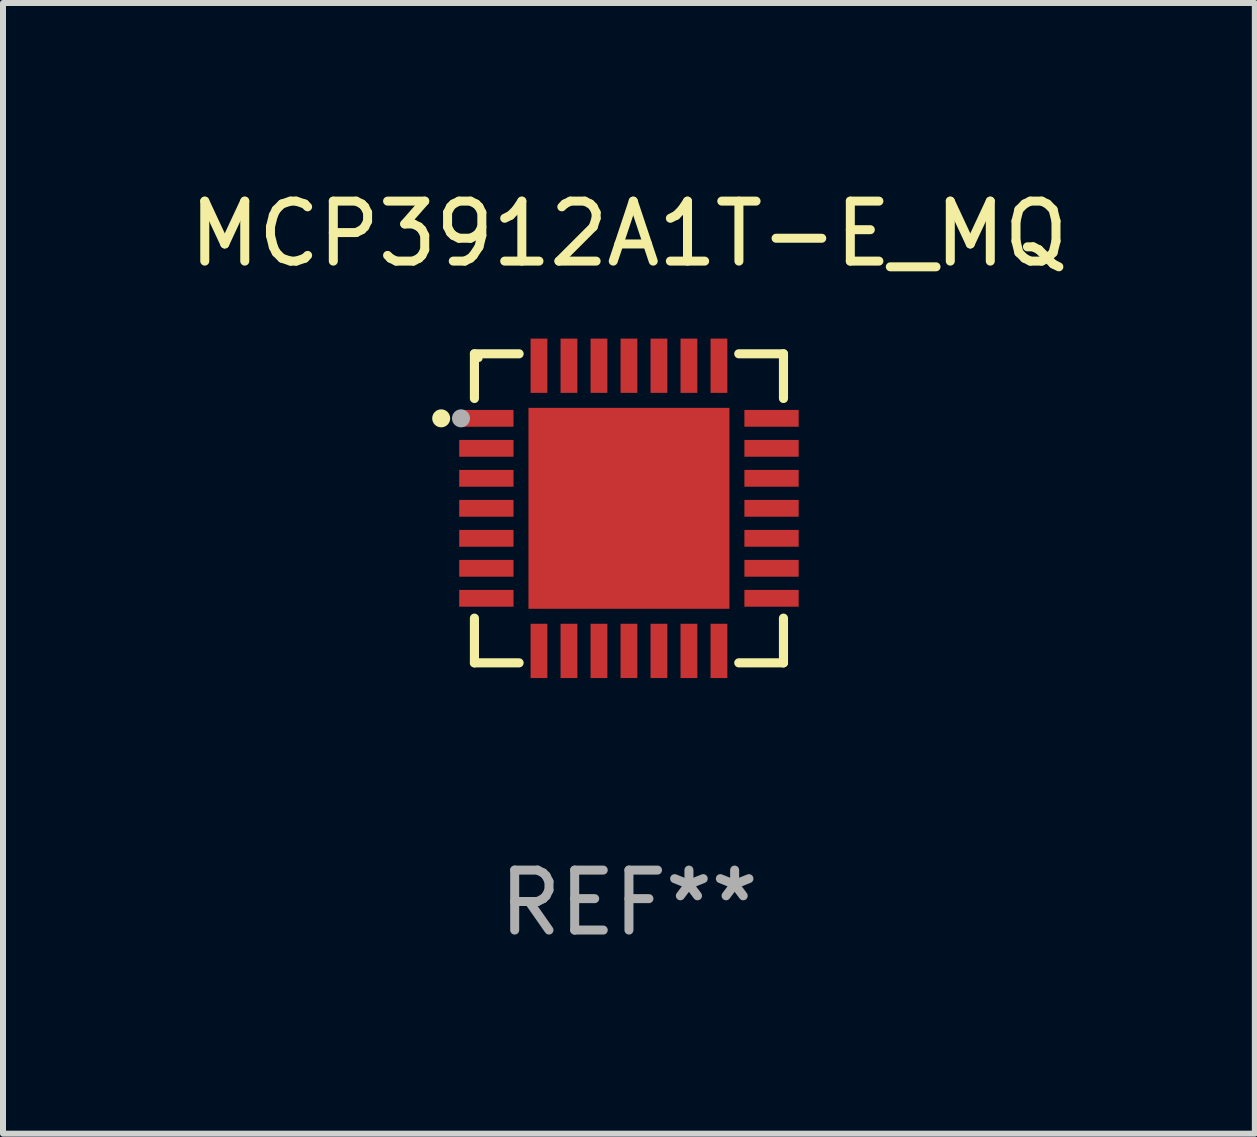
<source format=kicad_pcb>
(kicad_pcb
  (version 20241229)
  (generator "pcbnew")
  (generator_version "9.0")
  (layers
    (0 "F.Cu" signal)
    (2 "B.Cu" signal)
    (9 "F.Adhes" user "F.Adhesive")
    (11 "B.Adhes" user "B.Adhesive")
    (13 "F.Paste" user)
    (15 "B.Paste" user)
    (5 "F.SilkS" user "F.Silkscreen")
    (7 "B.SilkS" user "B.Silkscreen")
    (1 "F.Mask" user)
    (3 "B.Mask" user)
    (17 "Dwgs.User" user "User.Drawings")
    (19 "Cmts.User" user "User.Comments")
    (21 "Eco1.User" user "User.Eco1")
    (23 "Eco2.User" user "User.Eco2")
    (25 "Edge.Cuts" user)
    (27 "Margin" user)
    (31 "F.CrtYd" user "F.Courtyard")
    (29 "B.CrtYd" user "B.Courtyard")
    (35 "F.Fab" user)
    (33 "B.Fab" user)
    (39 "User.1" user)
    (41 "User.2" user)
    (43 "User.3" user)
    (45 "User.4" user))
  (footprint "MCP3912A1T-E_MQ"
    (layer "F.Cu")
    (at 7.435 5.424)
    (property "Reference" "MCP3912A1T-E_MQ" (at 0 -4.576 0) (layer "F.SilkS") (effects (font (size 1 1) (thickness 0.15))))
    (attr through_hole)
    (fp_line (start -2.576 -2.576) (end -2.576 -1.831) (stroke (width 0.152) (type solid)) (layer "F.SilkS"))
    (fp_line (start -2.576 2.576) (end -2.576 1.831) (stroke (width 0.152) (type solid)) (layer "F.SilkS"))
    (fp_line (start -1.831 -2.576) (end -2.576 -2.576) (stroke (width 0.152) (type solid)) (layer "F.SilkS"))
    (fp_line (start -1.831 2.576) (end -2.576 2.576) (stroke (width 0.152) (type solid)) (layer "F.SilkS"))
    (fp_line (start 1.831 -2.576) (end 2.576 -2.576) (stroke (width 0.152) (type solid)) (layer "F.SilkS"))
    (fp_line (start 1.831 2.576) (end 2.576 2.576) (stroke (width 0.152) (type solid)) (layer "F.SilkS"))
    (fp_line (start 2.576 -2.576) (end 2.576 -1.831) (stroke (width 0.152) (type solid)) (layer "F.SilkS"))
    (fp_line (start 2.576 2.576) (end 2.576 1.831) (stroke (width 0.152) (type solid)) (layer "F.SilkS"))
    (fp_circle (center -3.13 -1.5) (end -3.055 -1.5) (stroke (width 0.15) (type solid)) (fill no) (layer "F.SilkS"))
    (fp_circle (center -2.5 -2.5) (end -2.47 -2.5) (stroke (width 0.06) (type solid)) (fill no) (layer "F.SilkS"))
    (fp_circle (center -2.8 -1.5) (end -2.725 -1.5) (stroke (width 0.15) (type solid)) (fill no) (layer "F.Fab"))
    (fp_text user "REF**" (at 0 6.576 0) (layer "F.Fab") (effects (font (size 1 1) (thickness 0.15))))
    (pad "1" smd rect (at -2.377 -1.5) (size 0.905 0.28) (layers "F.Cu" "F.Mask" "F.Paste"))
    (pad "2" smd rect (at -2.377 -1) (size 0.905 0.28) (layers "F.Cu" "F.Mask" "F.Paste"))
    (pad "3" smd rect (at -2.377 -0.5) (size 0.905 0.28) (layers "F.Cu" "F.Mask" "F.Paste"))
    (pad "4" smd rect (at -2.377 0) (size 0.905 0.28) (layers "F.Cu" "F.Mask" "F.Paste"))
    (pad "5" smd rect (at -2.377 0.5) (size 0.905 0.28) (layers "F.Cu" "F.Mask" "F.Paste"))
    (pad "6" smd rect (at -2.377 1) (size 0.905 0.28) (layers "F.Cu" "F.Mask" "F.Paste"))
    (pad "7" smd rect (at -2.377 1.5) (size 0.905 0.28) (layers "F.Cu" "F.Mask" "F.Paste"))
    (pad "8" smd rect (at -1.5 2.377) (size 0.28 0.905) (layers "F.Cu" "F.Mask" "F.Paste"))
    (pad "9" smd rect (at -1 2.377) (size 0.28 0.905) (layers "F.Cu" "F.Mask" "F.Paste"))
    (pad "10" smd rect (at -0.5 2.377) (size 0.28 0.905) (layers "F.Cu" "F.Mask" "F.Paste"))
    (pad "11" smd rect (at 0 2.377) (size 0.28 0.905) (layers "F.Cu" "F.Mask" "F.Paste"))
    (pad "12" smd rect (at 0.5 2.377) (size 0.28 0.905) (layers "F.Cu" "F.Mask" "F.Paste"))
    (pad "13" smd rect (at 1 2.377) (size 0.28 0.905) (layers "F.Cu" "F.Mask" "F.Paste"))
    (pad "14" smd rect (at 1.5 2.377) (size 0.28 0.905) (layers "F.Cu" "F.Mask" "F.Paste"))
    (pad "15" smd rect (at 2.377 1.5) (size 0.905 0.28) (layers "F.Cu" "F.Mask" "F.Paste"))
    (pad "16" smd rect (at 2.377 1) (size 0.905 0.28) (layers "F.Cu" "F.Mask" "F.Paste"))
    (pad "17" smd rect (at 2.377 0.5) (size 0.905 0.28) (layers "F.Cu" "F.Mask" "F.Paste"))
    (pad "18" smd rect (at 2.377 0) (size 0.905 0.28) (layers "F.Cu" "F.Mask" "F.Paste"))
    (pad "19" smd rect (at 2.377 -0.5) (size 0.905 0.28) (layers "F.Cu" "F.Mask" "F.Paste"))
    (pad "20" smd rect (at 2.377 -1) (size 0.905 0.28) (layers "F.Cu" "F.Mask" "F.Paste"))
    (pad "21" smd rect (at 2.377 -1.5) (size 0.905 0.28) (layers "F.Cu" "F.Mask" "F.Paste"))
    (pad "22" smd rect (at 1.5 -2.377) (size 0.28 0.905) (layers "F.Cu" "F.Mask" "F.Paste"))
    (pad "23" smd rect (at 1 -2.377) (size 0.28 0.905) (layers "F.Cu" "F.Mask" "F.Paste"))
    (pad "24" smd rect (at 0.5 -2.377) (size 0.28 0.905) (layers "F.Cu" "F.Mask" "F.Paste"))
    (pad "25" smd rect (at 0 -2.377) (size 0.28 0.905) (layers "F.Cu" "F.Mask" "F.Paste"))
    (pad "26" smd rect (at -0.5 -2.377) (size 0.28 0.905) (layers "F.Cu" "F.Mask" "F.Paste"))
    (pad "27" smd rect (at -1 -2.377) (size 0.28 0.905) (layers "F.Cu" "F.Mask" "F.Paste"))
    (pad "28" smd rect (at -1.5 -2.377) (size 0.28 0.905) (layers "F.Cu" "F.Mask" "F.Paste"))
    (pad "29" smd rect (at 0 0) (size 3.35 3.35) (layers "F.Cu" "F.Mask" "F.Paste")))
  (gr_rect
    (start -3 -3)
    (end 17.869 15.849)
    (stroke (width 0.1) (type default))
    (fill no)
    (layer "Edge.Cuts")))
</source>
